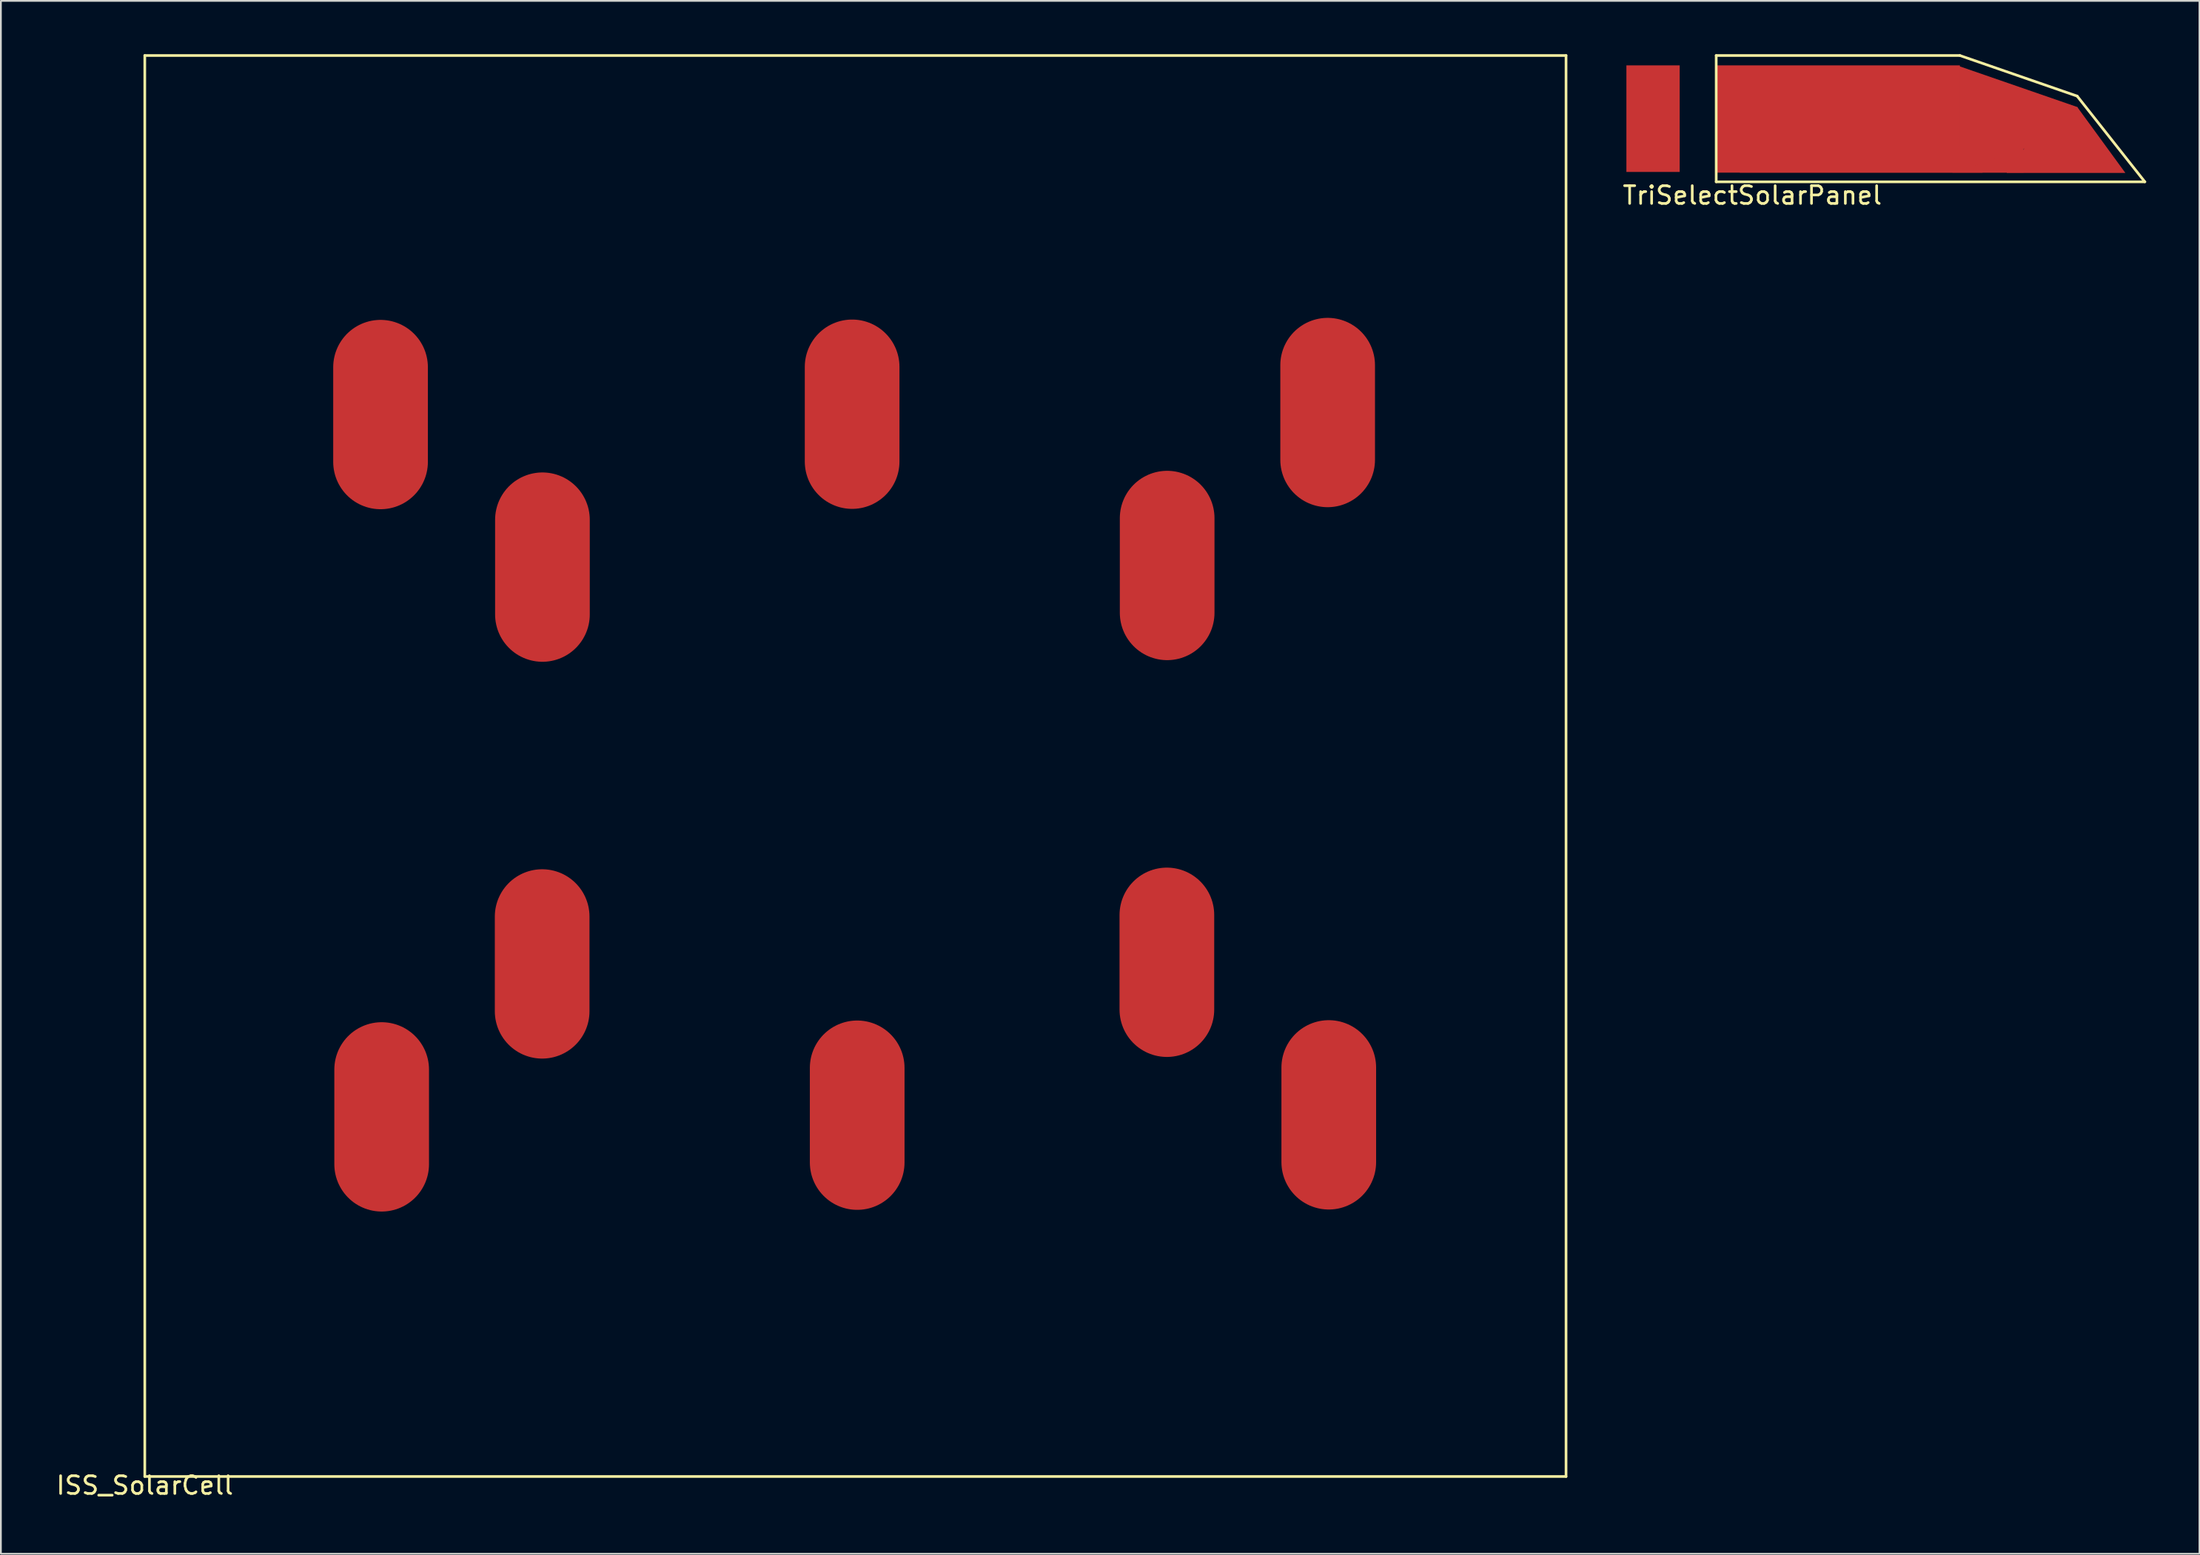
<source format=kicad_pcb>
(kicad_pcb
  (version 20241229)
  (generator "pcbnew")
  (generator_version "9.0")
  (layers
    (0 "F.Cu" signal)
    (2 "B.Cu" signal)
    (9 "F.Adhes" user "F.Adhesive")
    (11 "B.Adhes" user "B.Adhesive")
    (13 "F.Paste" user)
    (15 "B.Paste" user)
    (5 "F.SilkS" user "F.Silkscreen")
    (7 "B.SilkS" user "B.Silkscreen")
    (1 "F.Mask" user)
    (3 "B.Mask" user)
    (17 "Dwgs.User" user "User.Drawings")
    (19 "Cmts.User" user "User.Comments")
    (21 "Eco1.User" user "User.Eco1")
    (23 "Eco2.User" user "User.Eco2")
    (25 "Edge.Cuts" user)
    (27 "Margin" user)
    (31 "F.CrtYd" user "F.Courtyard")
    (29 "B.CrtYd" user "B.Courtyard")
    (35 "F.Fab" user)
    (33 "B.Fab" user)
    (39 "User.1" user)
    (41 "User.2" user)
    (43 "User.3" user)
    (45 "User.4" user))
  (footprint "TriSelectSolarPanel"
    (layer "F.Cu")
    (at 91.533 7.187)
    (property "Reference" "TriSelectSolarPanel" (at 4.064 0.762 0) (layer "F.SilkS") (effects (font (size 1 1) (thickness 0.15))))
    (attr through_hole)
    (fp_line (start 2.032 -7.112) (end 15.748 -7.112) (stroke (width 0.15) (type solid)) (layer "F.SilkS"))
    (fp_line (start 2.032 0) (end 2.032 -7.112) (stroke (width 0.15) (type solid)) (layer "F.SilkS"))
    (fp_line (start 15.748 -7.112) (end 22.352 -4.826) (stroke (width 0.15) (type solid)) (layer "F.SilkS"))
    (fp_line (start 22.352 -4.826) (end 26.162 0) (stroke (width 0.15) (type solid)) (layer "F.SilkS"))
    (fp_line (start 26.162 0) (end 2.032 0) (stroke (width 0.15) (type solid)) (layer "F.SilkS"))
    (pad "1" smd rect (at 8.89 -3.556) (size 13.72 6) (layers "F.Cu" "F.Mask" "F.Paste"))
    (pad "1" smd rect (at 9.525 -1.016) (size 15 1) (layers "F.Cu" "F.Mask" "F.Paste"))
    (pad "1" smd rect (at 10.858 -1.016) (size 15 1) (layers "F.Cu" "F.Mask" "F.Paste"))
    (pad "1" smd rect (at 17.335 -1.27) (size 4 1.5) (layers "F.Cu" "F.Mask" "F.Paste"))
    (pad "1" smd trapezoid (at 19.05 -3.556) (size 6.65 3.6) (rect_delta 2.3 0) (layers "F.Cu" "F.Mask" "F.Paste"))
    (pad "1" smd trapezoid (at 21.717 -2.349 90) (size 3.7 4) (rect_delta 2.7 0) (layers "F.Cu" "F.Mask" "F.Paste"))
    (pad "2" smd rect (at -1.524 -3.556) (size 3 6) (layers "F.Cu" "F.Mask" "F.Paste")))
  (footprint "ISS_SolarCell"
    (layer "F.Cu")
    (at 5.101 80.085)
    (property "Reference" "ISS_SolarCell" (at 0 0.5 0) (layer "F.SilkS") (effects (font (size 1 1) (thickness 0.15))))
    (attr through_hole)
    (fp_line (start 0 -80.01) (end 80.01 -80.01) (stroke (width 0.15) (type solid)) (layer "F.SilkS"))
    (fp_line (start 0 0) (end 0 -80.01) (stroke (width 0.15) (type solid)) (layer "F.SilkS"))
    (fp_line (start 80.01 -80.01) (end 80.01 0) (stroke (width 0.15) (type solid)) (layer "F.SilkS"))
    (fp_line (start 80.01 0) (end 0 0) (stroke (width 0.15) (type solid)) (layer "F.SilkS"))
    (pad "1" smd oval (at 22.37 -28.862) (size 5.33 10.66) (layers "F.Cu" "F.Mask" "F.Paste"))
    (pad "1" smd oval (at 22.386 -51.204 180) (size 5.33 10.66) (layers "F.Cu" "F.Mask" "F.Paste"))
    (pad "1" smd oval (at 57.539 -28.954) (size 5.33 10.66) (layers "F.Cu" "F.Mask" "F.Paste"))
    (pad "1" smd oval (at 57.555 -51.296 180) (size 5.33 10.66) (layers "F.Cu" "F.Mask" "F.Paste"))
    (pad "2" smd oval (at 13.272 -59.794 180) (size 5.33 10.66) (layers "F.Cu" "F.Mask" "F.Paste"))
    (pad "2" smd oval (at 13.335 -20.25) (size 5.33 10.66) (layers "F.Cu" "F.Mask" "F.Paste"))
    (pad "2" smd oval (at 39.82 -59.813 180) (size 5.33 10.66) (layers "F.Cu" "F.Mask" "F.Paste"))
    (pad "2" smd oval (at 40.105 -20.345) (size 5.33 10.66) (layers "F.Cu" "F.Mask" "F.Paste"))
    (pad "2" smd oval (at 66.59 -59.908 180) (size 5.33 10.66) (layers "F.Cu" "F.Mask" "F.Paste"))
    (pad "2" smd oval (at 66.653 -20.364) (size 5.33 10.66) (layers "F.Cu" "F.Mask" "F.Paste")))
  (gr_rect
    (start -3 -3)
    (end 120.77 84.433)
    (stroke (width 0.1) (type default))
    (fill no)
    (layer "Edge.Cuts")))
</source>
